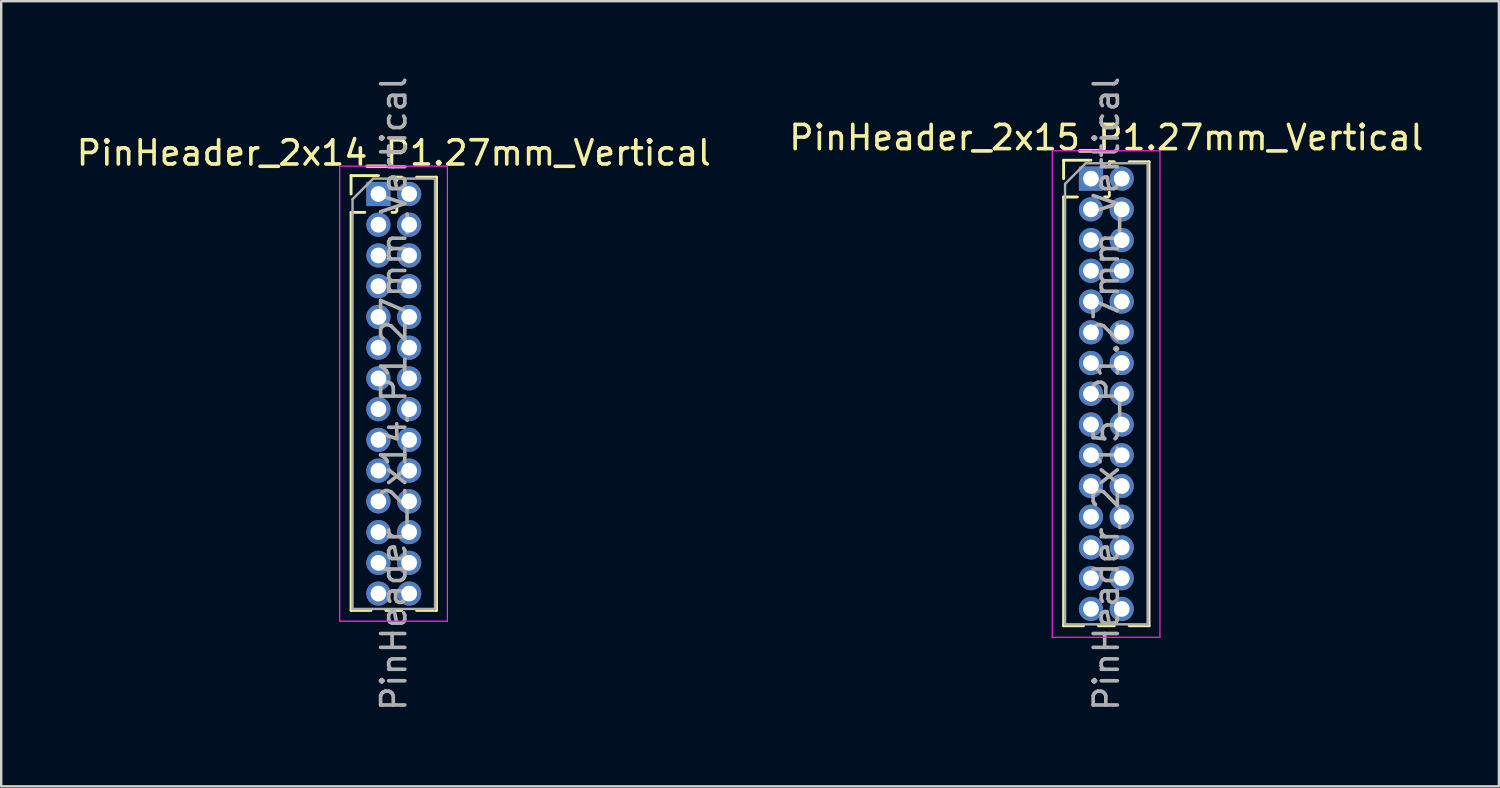
<source format=kicad_pcb>
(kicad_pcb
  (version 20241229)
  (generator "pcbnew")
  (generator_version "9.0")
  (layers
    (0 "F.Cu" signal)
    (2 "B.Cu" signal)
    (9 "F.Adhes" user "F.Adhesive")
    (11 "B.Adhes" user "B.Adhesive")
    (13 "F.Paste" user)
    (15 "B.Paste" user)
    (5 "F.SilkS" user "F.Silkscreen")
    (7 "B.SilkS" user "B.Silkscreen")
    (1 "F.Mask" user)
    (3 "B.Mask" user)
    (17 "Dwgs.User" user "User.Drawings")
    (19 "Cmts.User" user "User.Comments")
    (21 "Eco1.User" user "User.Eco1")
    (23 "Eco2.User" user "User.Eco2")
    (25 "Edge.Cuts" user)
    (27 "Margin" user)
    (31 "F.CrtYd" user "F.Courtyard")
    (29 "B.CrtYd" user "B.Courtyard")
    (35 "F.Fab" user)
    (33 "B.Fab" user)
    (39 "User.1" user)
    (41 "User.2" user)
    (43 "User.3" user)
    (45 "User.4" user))
  (footprint "PinHeader_2x15_P1.27mm_Vertical"
    (layer "F.Cu")
    (at 42.026 4.33)
    (property "Reference" "PinHeader_2x15_P1.27mm_Vertical" (at 0.635 -1.695 0) (layer "F.SilkS") (effects (font (size 1 1) (thickness 0.15))))
    (attr through_hole)
    (fp_line (start -1.13 -0.76) (end 0 -0.76) (stroke (width 0.12) (type solid)) (layer "F.SilkS"))
    (fp_line (start -1.13 0) (end -1.13 -0.76) (stroke (width 0.12) (type solid)) (layer "F.SilkS"))
    (fp_line (start -1.13 0.76) (end -1.13 18.475) (stroke (width 0.12) (type solid)) (layer "F.SilkS"))
    (fp_line (start -1.13 0.76) (end -0.563 0.76) (stroke (width 0.12) (type solid)) (layer "F.SilkS"))
    (fp_line (start -1.13 18.475) (end -0.308 18.475) (stroke (width 0.12) (type solid)) (layer "F.SilkS"))
    (fp_line (start 0.308 18.475) (end 0.962 18.475) (stroke (width 0.12) (type solid)) (layer "F.SilkS"))
    (fp_line (start 0.563 0.76) (end 0.707 0.76) (stroke (width 0.12) (type solid)) (layer "F.SilkS"))
    (fp_line (start 0.76 -0.695) (end 0.962 -0.695) (stroke (width 0.12) (type solid)) (layer "F.SilkS"))
    (fp_line (start 0.76 -0.563) (end 0.76 -0.695) (stroke (width 0.12) (type solid)) (layer "F.SilkS"))
    (fp_line (start 0.76 0.707) (end 0.76 0.563) (stroke (width 0.12) (type solid)) (layer "F.SilkS"))
    (fp_line (start 1.578 -0.695) (end 2.4 -0.695) (stroke (width 0.12) (type solid)) (layer "F.SilkS"))
    (fp_line (start 1.578 18.475) (end 2.4 18.475) (stroke (width 0.12) (type solid)) (layer "F.SilkS"))
    (fp_line (start 2.4 -0.695) (end 2.4 18.475) (stroke (width 0.12) (type solid)) (layer "F.SilkS"))
    (fp_line (start -1.6 -1.15) (end -1.6 18.95) (stroke (width 0.05) (type solid)) (layer "F.CrtYd"))
    (fp_line (start -1.6 18.95) (end 2.85 18.95) (stroke (width 0.05) (type solid)) (layer "F.CrtYd"))
    (fp_line (start 2.85 -1.15) (end -1.6 -1.15) (stroke (width 0.05) (type solid)) (layer "F.CrtYd"))
    (fp_line (start 2.85 18.95) (end 2.85 -1.15) (stroke (width 0.05) (type solid)) (layer "F.CrtYd"))
    (fp_line (start -1.07 0.217) (end -0.217 -0.635) (stroke (width 0.1) (type solid)) (layer "F.Fab"))
    (fp_line (start -1.07 18.415) (end -1.07 0.217) (stroke (width 0.1) (type solid)) (layer "F.Fab"))
    (fp_line (start -0.217 -0.635) (end 2.34 -0.635) (stroke (width 0.1) (type solid)) (layer "F.Fab"))
    (fp_line (start 2.34 -0.635) (end 2.34 18.415) (stroke (width 0.1) (type solid)) (layer "F.Fab"))
    (fp_line (start 2.34 18.415) (end -1.07 18.415) (stroke (width 0.1) (type solid)) (layer "F.Fab"))
    (fp_text user "${REFERENCE}" (at 0.635 8.89 90) (layer "F.Fab") (effects (font (size 1 1) (thickness 0.15))))
    (pad "1" thru_hole rect (at 0 0) (size 1 1) (drill 0.65) (layers "*.Cu" "*.Mask"))
    (pad "2" thru_hole oval (at 1.27 0) (size 1 1) (drill 0.65) (layers "*.Cu" "*.Mask"))
    (pad "3" thru_hole oval (at 0 1.27) (size 1 1) (drill 0.65) (layers "*.Cu" "*.Mask"))
    (pad "4" thru_hole oval (at 1.27 1.27) (size 1 1) (drill 0.65) (layers "*.Cu" "*.Mask"))
    (pad "5" thru_hole oval (at 0 2.54) (size 1 1) (drill 0.65) (layers "*.Cu" "*.Mask"))
    (pad "6" thru_hole oval (at 1.27 2.54) (size 1 1) (drill 0.65) (layers "*.Cu" "*.Mask"))
    (pad "7" thru_hole oval (at 0 3.81) (size 1 1) (drill 0.65) (layers "*.Cu" "*.Mask"))
    (pad "8" thru_hole oval (at 1.27 3.81) (size 1 1) (drill 0.65) (layers "*.Cu" "*.Mask"))
    (pad "9" thru_hole oval (at 0 5.08) (size 1 1) (drill 0.65) (layers "*.Cu" "*.Mask"))
    (pad "10" thru_hole oval (at 1.27 5.08) (size 1 1) (drill 0.65) (layers "*.Cu" "*.Mask"))
    (pad "11" thru_hole oval (at 0 6.35) (size 1 1) (drill 0.65) (layers "*.Cu" "*.Mask"))
    (pad "12" thru_hole oval (at 1.27 6.35) (size 1 1) (drill 0.65) (layers "*.Cu" "*.Mask"))
    (pad "13" thru_hole oval (at 0 7.62) (size 1 1) (drill 0.65) (layers "*.Cu" "*.Mask"))
    (pad "14" thru_hole oval (at 1.27 7.62) (size 1 1) (drill 0.65) (layers "*.Cu" "*.Mask"))
    (pad "15" thru_hole oval (at 0 8.89) (size 1 1) (drill 0.65) (layers "*.Cu" "*.Mask"))
    (pad "16" thru_hole oval (at 1.27 8.89) (size 1 1) (drill 0.65) (layers "*.Cu" "*.Mask"))
    (pad "17" thru_hole oval (at 0 10.16) (size 1 1) (drill 0.65) (layers "*.Cu" "*.Mask"))
    (pad "18" thru_hole oval (at 1.27 10.16) (size 1 1) (drill 0.65) (layers "*.Cu" "*.Mask"))
    (pad "19" thru_hole oval (at 0 11.43) (size 1 1) (drill 0.65) (layers "*.Cu" "*.Mask"))
    (pad "20" thru_hole oval (at 1.27 11.43) (size 1 1) (drill 0.65) (layers "*.Cu" "*.Mask"))
    (pad "21" thru_hole oval (at 0 12.7) (size 1 1) (drill 0.65) (layers "*.Cu" "*.Mask"))
    (pad "22" thru_hole oval (at 1.27 12.7) (size 1 1) (drill 0.65) (layers "*.Cu" "*.Mask"))
    (pad "23" thru_hole oval (at 0 13.97) (size 1 1) (drill 0.65) (layers "*.Cu" "*.Mask"))
    (pad "24" thru_hole oval (at 1.27 13.97) (size 1 1) (drill 0.65) (layers "*.Cu" "*.Mask"))
    (pad "25" thru_hole oval (at 0 15.24) (size 1 1) (drill 0.65) (layers "*.Cu" "*.Mask"))
    (pad "26" thru_hole oval (at 1.27 15.24) (size 1 1) (drill 0.65) (layers "*.Cu" "*.Mask"))
    (pad "27" thru_hole oval (at 0 16.51) (size 1 1) (drill 0.65) (layers "*.Cu" "*.Mask"))
    (pad "28" thru_hole oval (at 1.27 16.51) (size 1 1) (drill 0.65) (layers "*.Cu" "*.Mask"))
    (pad "29" thru_hole oval (at 0 17.78) (size 1 1) (drill 0.65) (layers "*.Cu" "*.Mask"))
    (pad "30" thru_hole oval (at 1.27 17.78) (size 1 1) (drill 0.65) (layers "*.Cu" "*.Mask")))
  (footprint "PinHeader_2x14_P1.27mm_Vertical"
    (layer "F.Cu")
    (at 12.585 4.965)
    (property "Reference" "PinHeader_2x14_P1.27mm_Vertical" (at 0.635 -1.695 0) (layer "F.SilkS") (effects (font (size 1 1) (thickness 0.15))))
    (attr through_hole)
    (fp_line (start -1.13 -0.76) (end 0 -0.76) (stroke (width 0.12) (type solid)) (layer "F.SilkS"))
    (fp_line (start -1.13 0) (end -1.13 -0.76) (stroke (width 0.12) (type solid)) (layer "F.SilkS"))
    (fp_line (start -1.13 0.76) (end -1.13 17.205) (stroke (width 0.12) (type solid)) (layer "F.SilkS"))
    (fp_line (start -1.13 0.76) (end -0.563 0.76) (stroke (width 0.12) (type solid)) (layer "F.SilkS"))
    (fp_line (start -1.13 17.205) (end -0.308 17.205) (stroke (width 0.12) (type solid)) (layer "F.SilkS"))
    (fp_line (start 0.308 17.205) (end 0.962 17.205) (stroke (width 0.12) (type solid)) (layer "F.SilkS"))
    (fp_line (start 0.563 0.76) (end 0.707 0.76) (stroke (width 0.12) (type solid)) (layer "F.SilkS"))
    (fp_line (start 0.76 -0.695) (end 0.962 -0.695) (stroke (width 0.12) (type solid)) (layer "F.SilkS"))
    (fp_line (start 0.76 -0.563) (end 0.76 -0.695) (stroke (width 0.12) (type solid)) (layer "F.SilkS"))
    (fp_line (start 0.76 0.707) (end 0.76 0.563) (stroke (width 0.12) (type solid)) (layer "F.SilkS"))
    (fp_line (start 1.578 -0.695) (end 2.4 -0.695) (stroke (width 0.12) (type solid)) (layer "F.SilkS"))
    (fp_line (start 1.578 17.205) (end 2.4 17.205) (stroke (width 0.12) (type solid)) (layer "F.SilkS"))
    (fp_line (start 2.4 -0.695) (end 2.4 17.205) (stroke (width 0.12) (type solid)) (layer "F.SilkS"))
    (fp_line (start -1.6 -1.15) (end -1.6 17.65) (stroke (width 0.05) (type solid)) (layer "F.CrtYd"))
    (fp_line (start -1.6 17.65) (end 2.85 17.65) (stroke (width 0.05) (type solid)) (layer "F.CrtYd"))
    (fp_line (start 2.85 -1.15) (end -1.6 -1.15) (stroke (width 0.05) (type solid)) (layer "F.CrtYd"))
    (fp_line (start 2.85 17.65) (end 2.85 -1.15) (stroke (width 0.05) (type solid)) (layer "F.CrtYd"))
    (fp_line (start -1.07 0.217) (end -0.217 -0.635) (stroke (width 0.1) (type solid)) (layer "F.Fab"))
    (fp_line (start -1.07 17.145) (end -1.07 0.217) (stroke (width 0.1) (type solid)) (layer "F.Fab"))
    (fp_line (start -0.217 -0.635) (end 2.34 -0.635) (stroke (width 0.1) (type solid)) (layer "F.Fab"))
    (fp_line (start 2.34 -0.635) (end 2.34 17.145) (stroke (width 0.1) (type solid)) (layer "F.Fab"))
    (fp_line (start 2.34 17.145) (end -1.07 17.145) (stroke (width 0.1) (type solid)) (layer "F.Fab"))
    (fp_text user "${REFERENCE}" (at 0.635 8.255 90) (layer "F.Fab") (effects (font (size 1 1) (thickness 0.15))))
    (pad "1" thru_hole rect (at 0 0) (size 1 1) (drill 0.65) (layers "*.Cu" "*.Mask"))
    (pad "2" thru_hole oval (at 1.27 0) (size 1 1) (drill 0.65) (layers "*.Cu" "*.Mask"))
    (pad "3" thru_hole oval (at 0 1.27) (size 1 1) (drill 0.65) (layers "*.Cu" "*.Mask"))
    (pad "4" thru_hole oval (at 1.27 1.27) (size 1 1) (drill 0.65) (layers "*.Cu" "*.Mask"))
    (pad "5" thru_hole oval (at 0 2.54) (size 1 1) (drill 0.65) (layers "*.Cu" "*.Mask"))
    (pad "6" thru_hole oval (at 1.27 2.54) (size 1 1) (drill 0.65) (layers "*.Cu" "*.Mask"))
    (pad "7" thru_hole oval (at 0 3.81) (size 1 1) (drill 0.65) (layers "*.Cu" "*.Mask"))
    (pad "8" thru_hole oval (at 1.27 3.81) (size 1 1) (drill 0.65) (layers "*.Cu" "*.Mask"))
    (pad "9" thru_hole oval (at 0 5.08) (size 1 1) (drill 0.65) (layers "*.Cu" "*.Mask"))
    (pad "10" thru_hole oval (at 1.27 5.08) (size 1 1) (drill 0.65) (layers "*.Cu" "*.Mask"))
    (pad "11" thru_hole oval (at 0 6.35) (size 1 1) (drill 0.65) (layers "*.Cu" "*.Mask"))
    (pad "12" thru_hole oval (at 1.27 6.35) (size 1 1) (drill 0.65) (layers "*.Cu" "*.Mask"))
    (pad "13" thru_hole oval (at 0 7.62) (size 1 1) (drill 0.65) (layers "*.Cu" "*.Mask"))
    (pad "14" thru_hole oval (at 1.27 7.62) (size 1 1) (drill 0.65) (layers "*.Cu" "*.Mask"))
    (pad "15" thru_hole oval (at 0 8.89) (size 1 1) (drill 0.65) (layers "*.Cu" "*.Mask"))
    (pad "16" thru_hole oval (at 1.27 8.89) (size 1 1) (drill 0.65) (layers "*.Cu" "*.Mask"))
    (pad "17" thru_hole oval (at 0 10.16) (size 1 1) (drill 0.65) (layers "*.Cu" "*.Mask"))
    (pad "18" thru_hole oval (at 1.27 10.16) (size 1 1) (drill 0.65) (layers "*.Cu" "*.Mask"))
    (pad "19" thru_hole oval (at 0 11.43) (size 1 1) (drill 0.65) (layers "*.Cu" "*.Mask"))
    (pad "20" thru_hole oval (at 1.27 11.43) (size 1 1) (drill 0.65) (layers "*.Cu" "*.Mask"))
    (pad "21" thru_hole oval (at 0 12.7) (size 1 1) (drill 0.65) (layers "*.Cu" "*.Mask"))
    (pad "22" thru_hole oval (at 1.27 12.7) (size 1 1) (drill 0.65) (layers "*.Cu" "*.Mask"))
    (pad "23" thru_hole oval (at 0 13.97) (size 1 1) (drill 0.65) (layers "*.Cu" "*.Mask"))
    (pad "24" thru_hole oval (at 1.27 13.97) (size 1 1) (drill 0.65) (layers "*.Cu" "*.Mask"))
    (pad "25" thru_hole oval (at 0 15.24) (size 1 1) (drill 0.65) (layers "*.Cu" "*.Mask"))
    (pad "26" thru_hole oval (at 1.27 15.24) (size 1 1) (drill 0.65) (layers "*.Cu" "*.Mask"))
    (pad "27" thru_hole oval (at 0 16.51) (size 1 1) (drill 0.65) (layers "*.Cu" "*.Mask"))
    (pad "28" thru_hole oval (at 1.27 16.51) (size 1 1) (drill 0.65) (layers "*.Cu" "*.Mask")))
  (gr_rect
    (start -3 -3)
    (end 58.881 29.44)
    (stroke (width 0.1) (type default))
    (fill no)
    (layer "Edge.Cuts")))
</source>
